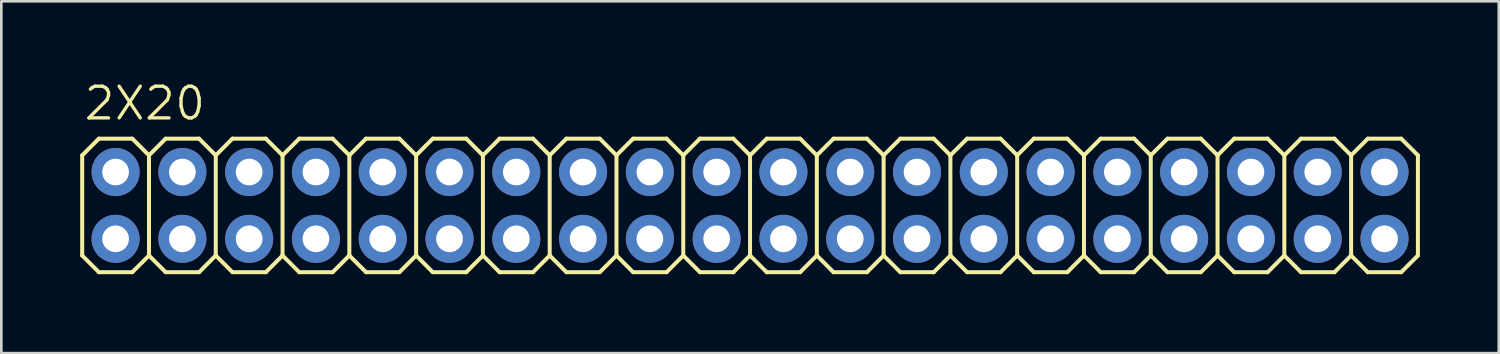
<source format=kicad_pcb>
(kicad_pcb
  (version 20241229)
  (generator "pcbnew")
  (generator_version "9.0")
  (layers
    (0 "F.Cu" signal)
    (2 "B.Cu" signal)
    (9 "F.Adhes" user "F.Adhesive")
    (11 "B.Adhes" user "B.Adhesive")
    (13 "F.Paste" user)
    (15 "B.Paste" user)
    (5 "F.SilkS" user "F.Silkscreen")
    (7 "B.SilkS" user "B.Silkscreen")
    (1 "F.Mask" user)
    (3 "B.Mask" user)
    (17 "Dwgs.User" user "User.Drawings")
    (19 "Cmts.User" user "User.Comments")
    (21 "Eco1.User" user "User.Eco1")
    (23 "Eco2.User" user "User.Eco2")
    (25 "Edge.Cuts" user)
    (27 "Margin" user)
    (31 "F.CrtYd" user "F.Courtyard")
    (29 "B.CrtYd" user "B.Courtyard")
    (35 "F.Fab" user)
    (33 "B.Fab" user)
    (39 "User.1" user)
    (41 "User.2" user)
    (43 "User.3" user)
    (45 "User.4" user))
  (footprint "2X20"
    (layer "F.Cu")
    (at 25.476 4.763)
    (property "Reference" "2X20" (at -25.4 -3.175 0) (layer "F.SilkS") (effects (font (size 1.206 1.206) (thickness 0.127)) (justify left bottom)))
    (attr through_hole)
    (fp_line (start -25.4 -1.905) (end -24.765 -2.54) (stroke (width 0.152) (type solid)) (layer "F.SilkS"))
    (fp_line (start -25.4 1.905) (end -25.4 -1.905) (stroke (width 0.152) (type solid)) (layer "F.SilkS"))
    (fp_line (start -25.4 1.905) (end -24.765 2.54) (stroke (width 0.152) (type solid)) (layer "F.SilkS"))
    (fp_line (start -24.765 -2.54) (end -23.495 -2.54) (stroke (width 0.152) (type solid)) (layer "F.SilkS"))
    (fp_line (start -24.765 2.54) (end -23.495 2.54) (stroke (width 0.152) (type solid)) (layer "F.SilkS"))
    (fp_line (start -23.495 -2.54) (end -22.86 -1.905) (stroke (width 0.152) (type solid)) (layer "F.SilkS"))
    (fp_line (start -23.495 2.54) (end -22.86 1.905) (stroke (width 0.152) (type solid)) (layer "F.SilkS"))
    (fp_line (start -22.86 -1.905) (end -22.86 1.905) (stroke (width 0.152) (type solid)) (layer "F.SilkS"))
    (fp_line (start -22.86 -1.905) (end -22.225 -2.54) (stroke (width 0.152) (type solid)) (layer "F.SilkS"))
    (fp_line (start -22.86 1.905) (end -22.225 2.54) (stroke (width 0.152) (type solid)) (layer "F.SilkS"))
    (fp_line (start -22.225 -2.54) (end -20.955 -2.54) (stroke (width 0.152) (type solid)) (layer "F.SilkS"))
    (fp_line (start -22.225 2.54) (end -20.955 2.54) (stroke (width 0.152) (type solid)) (layer "F.SilkS"))
    (fp_line (start -20.955 -2.54) (end -20.32 -1.905) (stroke (width 0.152) (type solid)) (layer "F.SilkS"))
    (fp_line (start -20.955 2.54) (end -20.32 1.905) (stroke (width 0.152) (type solid)) (layer "F.SilkS"))
    (fp_line (start -20.32 -1.905) (end -20.32 1.905) (stroke (width 0.152) (type solid)) (layer "F.SilkS"))
    (fp_line (start -20.32 -1.905) (end -19.685 -2.54) (stroke (width 0.152) (type solid)) (layer "F.SilkS"))
    (fp_line (start -20.32 1.905) (end -19.685 2.54) (stroke (width 0.152) (type solid)) (layer "F.SilkS"))
    (fp_line (start -19.685 -2.54) (end -18.415 -2.54) (stroke (width 0.152) (type solid)) (layer "F.SilkS"))
    (fp_line (start -19.685 2.54) (end -18.415 2.54) (stroke (width 0.152) (type solid)) (layer "F.SilkS"))
    (fp_line (start -18.415 -2.54) (end -17.78 -1.905) (stroke (width 0.152) (type solid)) (layer "F.SilkS"))
    (fp_line (start -18.415 2.54) (end -17.78 1.905) (stroke (width 0.152) (type solid)) (layer "F.SilkS"))
    (fp_line (start -17.78 -1.905) (end -17.78 1.905) (stroke (width 0.152) (type solid)) (layer "F.SilkS"))
    (fp_line (start -17.78 -1.905) (end -17.145 -2.54) (stroke (width 0.152) (type solid)) (layer "F.SilkS"))
    (fp_line (start -17.78 1.905) (end -17.145 2.54) (stroke (width 0.152) (type solid)) (layer "F.SilkS"))
    (fp_line (start -17.145 -2.54) (end -15.875 -2.54) (stroke (width 0.152) (type solid)) (layer "F.SilkS"))
    (fp_line (start -17.145 2.54) (end -15.875 2.54) (stroke (width 0.152) (type solid)) (layer "F.SilkS"))
    (fp_line (start -15.875 -2.54) (end -15.24 -1.905) (stroke (width 0.152) (type solid)) (layer "F.SilkS"))
    (fp_line (start -15.875 2.54) (end -15.24 1.905) (stroke (width 0.152) (type solid)) (layer "F.SilkS"))
    (fp_line (start -15.24 -1.905) (end -15.24 1.905) (stroke (width 0.152) (type solid)) (layer "F.SilkS"))
    (fp_line (start -15.24 -1.905) (end -14.605 -2.54) (stroke (width 0.152) (type solid)) (layer "F.SilkS"))
    (fp_line (start -15.24 1.905) (end -14.605 2.54) (stroke (width 0.152) (type solid)) (layer "F.SilkS"))
    (fp_line (start -14.605 -2.54) (end -13.335 -2.54) (stroke (width 0.152) (type solid)) (layer "F.SilkS"))
    (fp_line (start -14.605 2.54) (end -13.335 2.54) (stroke (width 0.152) (type solid)) (layer "F.SilkS"))
    (fp_line (start -13.335 -2.54) (end -12.7 -1.905) (stroke (width 0.152) (type solid)) (layer "F.SilkS"))
    (fp_line (start -13.335 2.54) (end -12.7 1.905) (stroke (width 0.152) (type solid)) (layer "F.SilkS"))
    (fp_line (start -12.7 -1.905) (end -12.7 1.905) (stroke (width 0.152) (type solid)) (layer "F.SilkS"))
    (fp_line (start -12.7 -1.905) (end -12.065 -2.54) (stroke (width 0.152) (type solid)) (layer "F.SilkS"))
    (fp_line (start -12.7 1.905) (end -12.065 2.54) (stroke (width 0.152) (type solid)) (layer "F.SilkS"))
    (fp_line (start -12.065 -2.54) (end -10.795 -2.54) (stroke (width 0.152) (type solid)) (layer "F.SilkS"))
    (fp_line (start -12.065 2.54) (end -10.795 2.54) (stroke (width 0.152) (type solid)) (layer "F.SilkS"))
    (fp_line (start -10.795 -2.54) (end -10.16 -1.905) (stroke (width 0.152) (type solid)) (layer "F.SilkS"))
    (fp_line (start -10.795 2.54) (end -10.16 1.905) (stroke (width 0.152) (type solid)) (layer "F.SilkS"))
    (fp_line (start -10.16 -1.905) (end -10.16 1.905) (stroke (width 0.152) (type solid)) (layer "F.SilkS"))
    (fp_line (start -10.16 -1.905) (end -9.525 -2.54) (stroke (width 0.152) (type solid)) (layer "F.SilkS"))
    (fp_line (start -10.16 1.905) (end -9.525 2.54) (stroke (width 0.152) (type solid)) (layer "F.SilkS"))
    (fp_line (start -9.525 -2.54) (end -8.255 -2.54) (stroke (width 0.152) (type solid)) (layer "F.SilkS"))
    (fp_line (start -8.255 -2.54) (end -7.62 -1.905) (stroke (width 0.152) (type solid)) (layer "F.SilkS"))
    (fp_line (start -8.255 2.54) (end -9.525 2.54) (stroke (width 0.152) (type solid)) (layer "F.SilkS"))
    (fp_line (start -7.62 -1.905) (end -7.62 1.905) (stroke (width 0.152) (type solid)) (layer "F.SilkS"))
    (fp_line (start -7.62 -1.905) (end -6.985 -2.54) (stroke (width 0.152) (type solid)) (layer "F.SilkS"))
    (fp_line (start -7.62 1.905) (end -8.255 2.54) (stroke (width 0.152) (type solid)) (layer "F.SilkS"))
    (fp_line (start -7.62 1.905) (end -6.985 2.54) (stroke (width 0.152) (type solid)) (layer "F.SilkS"))
    (fp_line (start -6.985 -2.54) (end -5.715 -2.54) (stroke (width 0.152) (type solid)) (layer "F.SilkS"))
    (fp_line (start -5.715 -2.54) (end -5.08 -1.905) (stroke (width 0.152) (type solid)) (layer "F.SilkS"))
    (fp_line (start -5.715 2.54) (end -6.985 2.54) (stroke (width 0.152) (type solid)) (layer "F.SilkS"))
    (fp_line (start -5.08 -1.905) (end -5.08 1.905) (stroke (width 0.152) (type solid)) (layer "F.SilkS"))
    (fp_line (start -5.08 -1.905) (end -4.445 -2.54) (stroke (width 0.152) (type solid)) (layer "F.SilkS"))
    (fp_line (start -5.08 1.905) (end -5.715 2.54) (stroke (width 0.152) (type solid)) (layer "F.SilkS"))
    (fp_line (start -5.08 1.905) (end -4.445 2.54) (stroke (width 0.152) (type solid)) (layer "F.SilkS"))
    (fp_line (start -4.445 -2.54) (end -3.175 -2.54) (stroke (width 0.152) (type solid)) (layer "F.SilkS"))
    (fp_line (start -3.175 -2.54) (end -2.54 -1.905) (stroke (width 0.152) (type solid)) (layer "F.SilkS"))
    (fp_line (start -3.175 2.54) (end -4.445 2.54) (stroke (width 0.152) (type solid)) (layer "F.SilkS"))
    (fp_line (start -2.54 -1.905) (end -2.54 1.905) (stroke (width 0.152) (type solid)) (layer "F.SilkS"))
    (fp_line (start -2.54 -1.905) (end -1.905 -2.54) (stroke (width 0.152) (type solid)) (layer "F.SilkS"))
    (fp_line (start -2.54 1.905) (end -3.175 2.54) (stroke (width 0.152) (type solid)) (layer "F.SilkS"))
    (fp_line (start -2.54 1.905) (end -1.905 2.54) (stroke (width 0.152) (type solid)) (layer "F.SilkS"))
    (fp_line (start -1.905 -2.54) (end -0.635 -2.54) (stroke (width 0.152) (type solid)) (layer "F.SilkS"))
    (fp_line (start -0.635 -2.54) (end 0 -1.905) (stroke (width 0.152) (type solid)) (layer "F.SilkS"))
    (fp_line (start -0.635 2.54) (end -1.905 2.54) (stroke (width 0.152) (type solid)) (layer "F.SilkS"))
    (fp_line (start 0 -1.905) (end 0 1.905) (stroke (width 0.152) (type solid)) (layer "F.SilkS"))
    (fp_line (start 0 -1.905) (end 0.635 -2.54) (stroke (width 0.152) (type solid)) (layer "F.SilkS"))
    (fp_line (start 0 1.905) (end -0.635 2.54) (stroke (width 0.152) (type solid)) (layer "F.SilkS"))
    (fp_line (start 0 1.905) (end 0.635 2.54) (stroke (width 0.152) (type solid)) (layer "F.SilkS"))
    (fp_line (start 0.635 -2.54) (end 1.905 -2.54) (stroke (width 0.152) (type solid)) (layer "F.SilkS"))
    (fp_line (start 1.905 -2.54) (end 2.54 -1.905) (stroke (width 0.152) (type solid)) (layer "F.SilkS"))
    (fp_line (start 1.905 2.54) (end 0.635 2.54) (stroke (width 0.152) (type solid)) (layer "F.SilkS"))
    (fp_line (start 2.54 -1.905) (end 2.54 1.905) (stroke (width 0.152) (type solid)) (layer "F.SilkS"))
    (fp_line (start 2.54 -1.905) (end 3.175 -2.54) (stroke (width 0.152) (type solid)) (layer "F.SilkS"))
    (fp_line (start 2.54 1.905) (end 1.905 2.54) (stroke (width 0.152) (type solid)) (layer "F.SilkS"))
    (fp_line (start 2.54 1.905) (end 3.175 2.54) (stroke (width 0.152) (type solid)) (layer "F.SilkS"))
    (fp_line (start 3.175 -2.54) (end 4.445 -2.54) (stroke (width 0.152) (type solid)) (layer "F.SilkS"))
    (fp_line (start 4.445 2.54) (end 3.175 2.54) (stroke (width 0.152) (type solid)) (layer "F.SilkS"))
    (fp_line (start 5.08 -1.905) (end 4.445 -2.54) (stroke (width 0.152) (type solid)) (layer "F.SilkS"))
    (fp_line (start 5.08 -1.905) (end 5.08 1.905) (stroke (width 0.152) (type solid)) (layer "F.SilkS"))
    (fp_line (start 5.08 -1.905) (end 5.715 -2.54) (stroke (width 0.152) (type solid)) (layer "F.SilkS"))
    (fp_line (start 5.08 1.905) (end 4.445 2.54) (stroke (width 0.152) (type solid)) (layer "F.SilkS"))
    (fp_line (start 5.08 1.905) (end 5.715 2.54) (stroke (width 0.152) (type solid)) (layer "F.SilkS"))
    (fp_line (start 6.985 -2.54) (end 5.715 -2.54) (stroke (width 0.152) (type solid)) (layer "F.SilkS"))
    (fp_line (start 6.985 -2.54) (end 7.62 -1.905) (stroke (width 0.152) (type solid)) (layer "F.SilkS"))
    (fp_line (start 6.985 2.54) (end 5.715 2.54) (stroke (width 0.152) (type solid)) (layer "F.SilkS"))
    (fp_line (start 7.62 -1.905) (end 7.62 1.905) (stroke (width 0.152) (type solid)) (layer "F.SilkS"))
    (fp_line (start 7.62 -1.905) (end 8.255 -2.54) (stroke (width 0.152) (type solid)) (layer "F.SilkS"))
    (fp_line (start 7.62 1.905) (end 6.985 2.54) (stroke (width 0.152) (type solid)) (layer "F.SilkS"))
    (fp_line (start 7.62 1.905) (end 8.255 2.54) (stroke (width 0.152) (type solid)) (layer "F.SilkS"))
    (fp_line (start 9.525 -2.54) (end 8.255 -2.54) (stroke (width 0.152) (type solid)) (layer "F.SilkS"))
    (fp_line (start 9.525 -2.54) (end 10.16 -1.905) (stroke (width 0.152) (type solid)) (layer "F.SilkS"))
    (fp_line (start 9.525 2.54) (end 8.255 2.54) (stroke (width 0.152) (type solid)) (layer "F.SilkS"))
    (fp_line (start 10.16 -1.905) (end 10.16 1.905) (stroke (width 0.152) (type solid)) (layer "F.SilkS"))
    (fp_line (start 10.16 -1.905) (end 10.795 -2.54) (stroke (width 0.152) (type solid)) (layer "F.SilkS"))
    (fp_line (start 10.16 1.905) (end 9.525 2.54) (stroke (width 0.152) (type solid)) (layer "F.SilkS"))
    (fp_line (start 10.795 2.54) (end 10.16 1.905) (stroke (width 0.152) (type solid)) (layer "F.SilkS"))
    (fp_line (start 10.795 2.54) (end 12.065 2.54) (stroke (width 0.152) (type solid)) (layer "F.SilkS"))
    (fp_line (start 12.065 -2.54) (end 10.795 -2.54) (stroke (width 0.152) (type solid)) (layer "F.SilkS"))
    (fp_line (start 12.065 -2.54) (end 12.7 -1.905) (stroke (width 0.152) (type solid)) (layer "F.SilkS"))
    (fp_line (start 12.7 -1.905) (end 12.7 1.905) (stroke (width 0.152) (type solid)) (layer "F.SilkS"))
    (fp_line (start 12.7 -1.905) (end 13.335 -2.54) (stroke (width 0.152) (type solid)) (layer "F.SilkS"))
    (fp_line (start 12.7 1.905) (end 12.065 2.54) (stroke (width 0.152) (type solid)) (layer "F.SilkS"))
    (fp_line (start 13.335 2.54) (end 12.7 1.905) (stroke (width 0.152) (type solid)) (layer "F.SilkS"))
    (fp_line (start 13.335 2.54) (end 14.605 2.54) (stroke (width 0.152) (type solid)) (layer "F.SilkS"))
    (fp_line (start 14.605 -2.54) (end 13.335 -2.54) (stroke (width 0.152) (type solid)) (layer "F.SilkS"))
    (fp_line (start 14.605 -2.54) (end 15.24 -1.905) (stroke (width 0.152) (type solid)) (layer "F.SilkS"))
    (fp_line (start 15.24 -1.905) (end 15.24 1.905) (stroke (width 0.152) (type solid)) (layer "F.SilkS"))
    (fp_line (start 15.24 -1.905) (end 15.875 -2.54) (stroke (width 0.152) (type solid)) (layer "F.SilkS"))
    (fp_line (start 15.24 1.905) (end 14.605 2.54) (stroke (width 0.152) (type solid)) (layer "F.SilkS"))
    (fp_line (start 15.24 1.905) (end 15.875 2.54) (stroke (width 0.152) (type solid)) (layer "F.SilkS"))
    (fp_line (start 17.145 -2.54) (end 15.875 -2.54) (stroke (width 0.152) (type solid)) (layer "F.SilkS"))
    (fp_line (start 17.145 -2.54) (end 17.78 -1.905) (stroke (width 0.152) (type solid)) (layer "F.SilkS"))
    (fp_line (start 17.145 2.54) (end 15.875 2.54) (stroke (width 0.152) (type solid)) (layer "F.SilkS"))
    (fp_line (start 17.78 -1.905) (end 17.78 1.905) (stroke (width 0.152) (type solid)) (layer "F.SilkS"))
    (fp_line (start 17.78 -1.905) (end 18.415 -2.54) (stroke (width 0.152) (type solid)) (layer "F.SilkS"))
    (fp_line (start 17.78 1.905) (end 17.145 2.54) (stroke (width 0.152) (type solid)) (layer "F.SilkS"))
    (fp_line (start 17.78 1.905) (end 18.415 2.54) (stroke (width 0.152) (type solid)) (layer "F.SilkS"))
    (fp_line (start 19.685 -2.54) (end 18.415 -2.54) (stroke (width 0.152) (type solid)) (layer "F.SilkS"))
    (fp_line (start 19.685 -2.54) (end 20.32 -1.905) (stroke (width 0.152) (type solid)) (layer "F.SilkS"))
    (fp_line (start 19.685 2.54) (end 18.415 2.54) (stroke (width 0.152) (type solid)) (layer "F.SilkS"))
    (fp_line (start 20.32 -1.905) (end 20.32 1.905) (stroke (width 0.152) (type solid)) (layer "F.SilkS"))
    (fp_line (start 20.32 -1.905) (end 20.955 -2.54) (stroke (width 0.152) (type solid)) (layer "F.SilkS"))
    (fp_line (start 20.32 1.905) (end 19.685 2.54) (stroke (width 0.152) (type solid)) (layer "F.SilkS"))
    (fp_line (start 20.32 1.905) (end 20.955 2.54) (stroke (width 0.152) (type solid)) (layer "F.SilkS"))
    (fp_line (start 22.225 -2.54) (end 20.955 -2.54) (stroke (width 0.152) (type solid)) (layer "F.SilkS"))
    (fp_line (start 22.225 -2.54) (end 22.86 -1.905) (stroke (width 0.152) (type solid)) (layer "F.SilkS"))
    (fp_line (start 22.225 2.54) (end 20.955 2.54) (stroke (width 0.152) (type solid)) (layer "F.SilkS"))
    (fp_line (start 22.86 -1.905) (end 22.86 1.905) (stroke (width 0.152) (type solid)) (layer "F.SilkS"))
    (fp_line (start 22.86 -1.905) (end 23.495 -2.54) (stroke (width 0.152) (type solid)) (layer "F.SilkS"))
    (fp_line (start 22.86 1.905) (end 22.225 2.54) (stroke (width 0.152) (type solid)) (layer "F.SilkS"))
    (fp_line (start 22.86 1.905) (end 23.495 2.54) (stroke (width 0.152) (type solid)) (layer "F.SilkS"))
    (fp_line (start 24.765 -2.54) (end 23.495 -2.54) (stroke (width 0.152) (type solid)) (layer "F.SilkS"))
    (fp_line (start 24.765 -2.54) (end 25.4 -1.905) (stroke (width 0.152) (type solid)) (layer "F.SilkS"))
    (fp_line (start 24.765 2.54) (end 23.495 2.54) (stroke (width 0.152) (type solid)) (layer "F.SilkS"))
    (fp_line (start 25.4 -1.905) (end 25.4 1.905) (stroke (width 0.152) (type solid)) (layer "F.SilkS"))
    (fp_line (start 25.4 1.905) (end 24.765 2.54) (stroke (width 0.152) (type solid)) (layer "F.SilkS"))
    (fp_poly (pts (xy -24.384 -1.016) (xy -23.876 -1.016) (xy -23.876 -1.524) (xy -24.384 -1.524)) (stroke (width 0.1) (type solid)) (fill no) (layer "F.Fab"))
    (fp_poly (pts (xy -24.384 1.524) (xy -23.876 1.524) (xy -23.876 1.016) (xy -24.384 1.016)) (stroke (width 0.1) (type solid)) (fill no) (layer "F.Fab"))
    (fp_poly (pts (xy -21.844 -1.016) (xy -21.336 -1.016) (xy -21.336 -1.524) (xy -21.844 -1.524)) (stroke (width 0.1) (type solid)) (fill no) (layer "F.Fab"))
    (fp_poly (pts (xy -21.844 1.524) (xy -21.336 1.524) (xy -21.336 1.016) (xy -21.844 1.016)) (stroke (width 0.1) (type solid)) (fill no) (layer "F.Fab"))
    (fp_poly (pts (xy -19.304 -1.016) (xy -18.796 -1.016) (xy -18.796 -1.524) (xy -19.304 -1.524)) (stroke (width 0.1) (type solid)) (fill no) (layer "F.Fab"))
    (fp_poly (pts (xy -19.304 1.524) (xy -18.796 1.524) (xy -18.796 1.016) (xy -19.304 1.016)) (stroke (width 0.1) (type solid)) (fill no) (layer "F.Fab"))
    (fp_poly (pts (xy -16.764 -1.016) (xy -16.256 -1.016) (xy -16.256 -1.524) (xy -16.764 -1.524)) (stroke (width 0.1) (type solid)) (fill no) (layer "F.Fab"))
    (fp_poly (pts (xy -16.764 1.524) (xy -16.256 1.524) (xy -16.256 1.016) (xy -16.764 1.016)) (stroke (width 0.1) (type solid)) (fill no) (layer "F.Fab"))
    (fp_poly (pts (xy -14.224 -1.016) (xy -13.716 -1.016) (xy -13.716 -1.524) (xy -14.224 -1.524)) (stroke (width 0.1) (type solid)) (fill no) (layer "F.Fab"))
    (fp_poly (pts (xy -14.224 1.524) (xy -13.716 1.524) (xy -13.716 1.016) (xy -14.224 1.016)) (stroke (width 0.1) (type solid)) (fill no) (layer "F.Fab"))
    (fp_poly (pts (xy -11.684 -1.016) (xy -11.176 -1.016) (xy -11.176 -1.524) (xy -11.684 -1.524)) (stroke (width 0.1) (type solid)) (fill no) (layer "F.Fab"))
    (fp_poly (pts (xy -11.684 1.524) (xy -11.176 1.524) (xy -11.176 1.016) (xy -11.684 1.016)) (stroke (width 0.1) (type solid)) (fill no) (layer "F.Fab"))
    (fp_poly (pts (xy -9.144 -1.016) (xy -8.636 -1.016) (xy -8.636 -1.524) (xy -9.144 -1.524)) (stroke (width 0.1) (type solid)) (fill no) (layer "F.Fab"))
    (fp_poly (pts (xy -9.144 1.524) (xy -8.636 1.524) (xy -8.636 1.016) (xy -9.144 1.016)) (stroke (width 0.1) (type solid)) (fill no) (layer "F.Fab"))
    (fp_poly (pts (xy -6.604 -1.016) (xy -6.096 -1.016) (xy -6.096 -1.524) (xy -6.604 -1.524)) (stroke (width 0.1) (type solid)) (fill no) (layer "F.Fab"))
    (fp_poly (pts (xy -6.604 1.524) (xy -6.096 1.524) (xy -6.096 1.016) (xy -6.604 1.016)) (stroke (width 0.1) (type solid)) (fill no) (layer "F.Fab"))
    (fp_poly (pts (xy -4.064 -1.016) (xy -3.556 -1.016) (xy -3.556 -1.524) (xy -4.064 -1.524)) (stroke (width 0.1) (type solid)) (fill no) (layer "F.Fab"))
    (fp_poly (pts (xy -4.064 1.524) (xy -3.556 1.524) (xy -3.556 1.016) (xy -4.064 1.016)) (stroke (width 0.1) (type solid)) (fill no) (layer "F.Fab"))
    (fp_poly (pts (xy -1.524 -1.016) (xy -1.016 -1.016) (xy -1.016 -1.524) (xy -1.524 -1.524)) (stroke (width 0.1) (type solid)) (fill no) (layer "F.Fab"))
    (fp_poly (pts (xy -1.524 1.524) (xy -1.016 1.524) (xy -1.016 1.016) (xy -1.524 1.016)) (stroke (width 0.1) (type solid)) (fill no) (layer "F.Fab"))
    (fp_poly (pts (xy 1.016 -1.016) (xy 1.524 -1.016) (xy 1.524 -1.524) (xy 1.016 -1.524)) (stroke (width 0.1) (type solid)) (fill no) (layer "F.Fab"))
    (fp_poly (pts (xy 1.016 1.524) (xy 1.524 1.524) (xy 1.524 1.016) (xy 1.016 1.016)) (stroke (width 0.1) (type solid)) (fill no) (layer "F.Fab"))
    (fp_poly (pts (xy 3.556 -1.016) (xy 4.064 -1.016) (xy 4.064 -1.524) (xy 3.556 -1.524)) (stroke (width 0.1) (type solid)) (fill no) (layer "F.Fab"))
    (fp_poly (pts (xy 3.556 1.524) (xy 4.064 1.524) (xy 4.064 1.016) (xy 3.556 1.016)) (stroke (width 0.1) (type solid)) (fill no) (layer "F.Fab"))
    (fp_poly (pts (xy 6.096 -1.016) (xy 6.604 -1.016) (xy 6.604 -1.524) (xy 6.096 -1.524)) (stroke (width 0.1) (type solid)) (fill no) (layer "F.Fab"))
    (fp_poly (pts (xy 6.096 1.524) (xy 6.604 1.524) (xy 6.604 1.016) (xy 6.096 1.016)) (stroke (width 0.1) (type solid)) (fill no) (layer "F.Fab"))
    (fp_poly (pts (xy 8.636 -1.016) (xy 9.144 -1.016) (xy 9.144 -1.524) (xy 8.636 -1.524)) (stroke (width 0.1) (type solid)) (fill no) (layer "F.Fab"))
    (fp_poly (pts (xy 8.636 1.524) (xy 9.144 1.524) (xy 9.144 1.016) (xy 8.636 1.016)) (stroke (width 0.1) (type solid)) (fill no) (layer "F.Fab"))
    (fp_poly (pts (xy 11.176 -1.016) (xy 11.684 -1.016) (xy 11.684 -1.524) (xy 11.176 -1.524)) (stroke (width 0.1) (type solid)) (fill no) (layer "F.Fab"))
    (fp_poly (pts (xy 11.176 1.524) (xy 11.684 1.524) (xy 11.684 1.016) (xy 11.176 1.016)) (stroke (width 0.1) (type solid)) (fill no) (layer "F.Fab"))
    (fp_poly (pts (xy 13.716 -1.016) (xy 14.224 -1.016) (xy 14.224 -1.524) (xy 13.716 -1.524)) (stroke (width 0.1) (type solid)) (fill no) (layer "F.Fab"))
    (fp_poly (pts (xy 13.716 1.524) (xy 14.224 1.524) (xy 14.224 1.016) (xy 13.716 1.016)) (stroke (width 0.1) (type solid)) (fill no) (layer "F.Fab"))
    (fp_poly (pts (xy 16.256 -1.016) (xy 16.764 -1.016) (xy 16.764 -1.524) (xy 16.256 -1.524)) (stroke (width 0.1) (type solid)) (fill no) (layer "F.Fab"))
    (fp_poly (pts (xy 16.256 1.524) (xy 16.764 1.524) (xy 16.764 1.016) (xy 16.256 1.016)) (stroke (width 0.1) (type solid)) (fill no) (layer "F.Fab"))
    (fp_poly (pts (xy 18.796 -1.016) (xy 19.304 -1.016) (xy 19.304 -1.524) (xy 18.796 -1.524)) (stroke (width 0.1) (type solid)) (fill no) (layer "F.Fab"))
    (fp_poly (pts (xy 18.796 1.524) (xy 19.304 1.524) (xy 19.304 1.016) (xy 18.796 1.016)) (stroke (width 0.1) (type solid)) (fill no) (layer "F.Fab"))
    (fp_poly (pts (xy 21.336 -1.016) (xy 21.844 -1.016) (xy 21.844 -1.524) (xy 21.336 -1.524)) (stroke (width 0.1) (type solid)) (fill no) (layer "F.Fab"))
    (fp_poly (pts (xy 21.336 1.524) (xy 21.844 1.524) (xy 21.844 1.016) (xy 21.336 1.016)) (stroke (width 0.1) (type solid)) (fill no) (layer "F.Fab"))
    (fp_poly (pts (xy 23.876 -1.016) (xy 24.384 -1.016) (xy 24.384 -1.524) (xy 23.876 -1.524)) (stroke (width 0.1) (type solid)) (fill no) (layer "F.Fab"))
    (fp_poly (pts (xy 23.876 1.524) (xy 24.384 1.524) (xy 24.384 1.016) (xy 23.876 1.016)) (stroke (width 0.1) (type solid)) (fill no) (layer "F.Fab"))
    (pad "1" thru_hole circle (at -24.13 1.27) (size 1.829 1.829) (drill 1.016) (layers "*.Cu" "*.Mask"))
    (pad "2" thru_hole circle (at -24.13 -1.27) (size 1.829 1.829) (drill 1.016) (layers "*.Cu" "*.Mask"))
    (pad "3" thru_hole circle (at -21.59 1.27) (size 1.829 1.829) (drill 1.016) (layers "*.Cu" "*.Mask"))
    (pad "4" thru_hole circle (at -21.59 -1.27) (size 1.829 1.829) (drill 1.016) (layers "*.Cu" "*.Mask"))
    (pad "5" thru_hole circle (at -19.05 1.27) (size 1.829 1.829) (drill 1.016) (layers "*.Cu" "*.Mask"))
    (pad "6" thru_hole circle (at -19.05 -1.27) (size 1.829 1.829) (drill 1.016) (layers "*.Cu" "*.Mask"))
    (pad "7" thru_hole circle (at -16.51 1.27) (size 1.829 1.829) (drill 1.016) (layers "*.Cu" "*.Mask"))
    (pad "8" thru_hole circle (at -16.51 -1.27) (size 1.829 1.829) (drill 1.016) (layers "*.Cu" "*.Mask"))
    (pad "9" thru_hole circle (at -13.97 1.27) (size 1.829 1.829) (drill 1.016) (layers "*.Cu" "*.Mask"))
    (pad "10" thru_hole circle (at -13.97 -1.27) (size 1.829 1.829) (drill 1.016) (layers "*.Cu" "*.Mask"))
    (pad "11" thru_hole circle (at -11.43 1.27) (size 1.829 1.829) (drill 1.016) (layers "*.Cu" "*.Mask"))
    (pad "12" thru_hole circle (at -11.43 -1.27) (size 1.829 1.829) (drill 1.016) (layers "*.Cu" "*.Mask"))
    (pad "13" thru_hole circle (at -8.89 1.27) (size 1.829 1.829) (drill 1.016) (layers "*.Cu" "*.Mask"))
    (pad "14" thru_hole circle (at -8.89 -1.27) (size 1.829 1.829) (drill 1.016) (layers "*.Cu" "*.Mask"))
    (pad "15" thru_hole circle (at -6.35 1.27) (size 1.829 1.829) (drill 1.016) (layers "*.Cu" "*.Mask"))
    (pad "16" thru_hole circle (at -6.35 -1.27) (size 1.829 1.829) (drill 1.016) (layers "*.Cu" "*.Mask"))
    (pad "17" thru_hole circle (at -3.81 1.27) (size 1.829 1.829) (drill 1.016) (layers "*.Cu" "*.Mask"))
    (pad "18" thru_hole circle (at -3.81 -1.27) (size 1.829 1.829) (drill 1.016) (layers "*.Cu" "*.Mask"))
    (pad "19" thru_hole circle (at -1.27 1.27) (size 1.829 1.829) (drill 1.016) (layers "*.Cu" "*.Mask"))
    (pad "20" thru_hole circle (at -1.27 -1.27) (size 1.829 1.829) (drill 1.016) (layers "*.Cu" "*.Mask"))
    (pad "21" thru_hole circle (at 1.27 1.27) (size 1.829 1.829) (drill 1.016) (layers "*.Cu" "*.Mask"))
    (pad "22" thru_hole circle (at 1.27 -1.27) (size 1.829 1.829) (drill 1.016) (layers "*.Cu" "*.Mask"))
    (pad "23" thru_hole circle (at 3.81 1.27) (size 1.829 1.829) (drill 1.016) (layers "*.Cu" "*.Mask"))
    (pad "24" thru_hole circle (at 3.81 -1.27) (size 1.829 1.829) (drill 1.016) (layers "*.Cu" "*.Mask"))
    (pad "25" thru_hole circle (at 6.35 1.27) (size 1.829 1.829) (drill 1.016) (layers "*.Cu" "*.Mask"))
    (pad "26" thru_hole circle (at 6.35 -1.27) (size 1.829 1.829) (drill 1.016) (layers "*.Cu" "*.Mask"))
    (pad "27" thru_hole circle (at 8.89 1.27) (size 1.829 1.829) (drill 1.016) (layers "*.Cu" "*.Mask"))
    (pad "28" thru_hole circle (at 8.89 -1.27) (size 1.829 1.829) (drill 1.016) (layers "*.Cu" "*.Mask"))
    (pad "29" thru_hole circle (at 11.43 1.27) (size 1.829 1.829) (drill 1.016) (layers "*.Cu" "*.Mask"))
    (pad "30" thru_hole circle (at 11.43 -1.27) (size 1.829 1.829) (drill 1.016) (layers "*.Cu" "*.Mask"))
    (pad "31" thru_hole circle (at 13.97 1.27) (size 1.829 1.829) (drill 1.016) (layers "*.Cu" "*.Mask"))
    (pad "32" thru_hole circle (at 13.97 -1.27) (size 1.829 1.829) (drill 1.016) (layers "*.Cu" "*.Mask"))
    (pad "33" thru_hole circle (at 16.51 1.27) (size 1.829 1.829) (drill 1.016) (layers "*.Cu" "*.Mask"))
    (pad "34" thru_hole circle (at 16.51 -1.27) (size 1.829 1.829) (drill 1.016) (layers "*.Cu" "*.Mask"))
    (pad "35" thru_hole circle (at 19.05 1.27) (size 1.829 1.829) (drill 1.016) (layers "*.Cu" "*.Mask"))
    (pad "36" thru_hole circle (at 19.05 -1.27) (size 1.829 1.829) (drill 1.016) (layers "*.Cu" "*.Mask"))
    (pad "37" thru_hole circle (at 21.59 1.27) (size 1.829 1.829) (drill 1.016) (layers "*.Cu" "*.Mask"))
    (pad "38" thru_hole circle (at 21.59 -1.27) (size 1.829 1.829) (drill 1.016) (layers "*.Cu" "*.Mask"))
    (pad "39" thru_hole circle (at 24.13 1.27) (size 1.829 1.829) (drill 1.016) (layers "*.Cu" "*.Mask"))
    (pad "40" thru_hole circle (at 24.13 -1.27) (size 1.829 1.829) (drill 1.016) (layers "*.Cu" "*.Mask")))
  (gr_rect
    (start -3 -3)
    (end 53.952 10.379)
    (stroke (width 0.1) (type default))
    (fill no)
    (layer "Edge.Cuts")))
</source>
